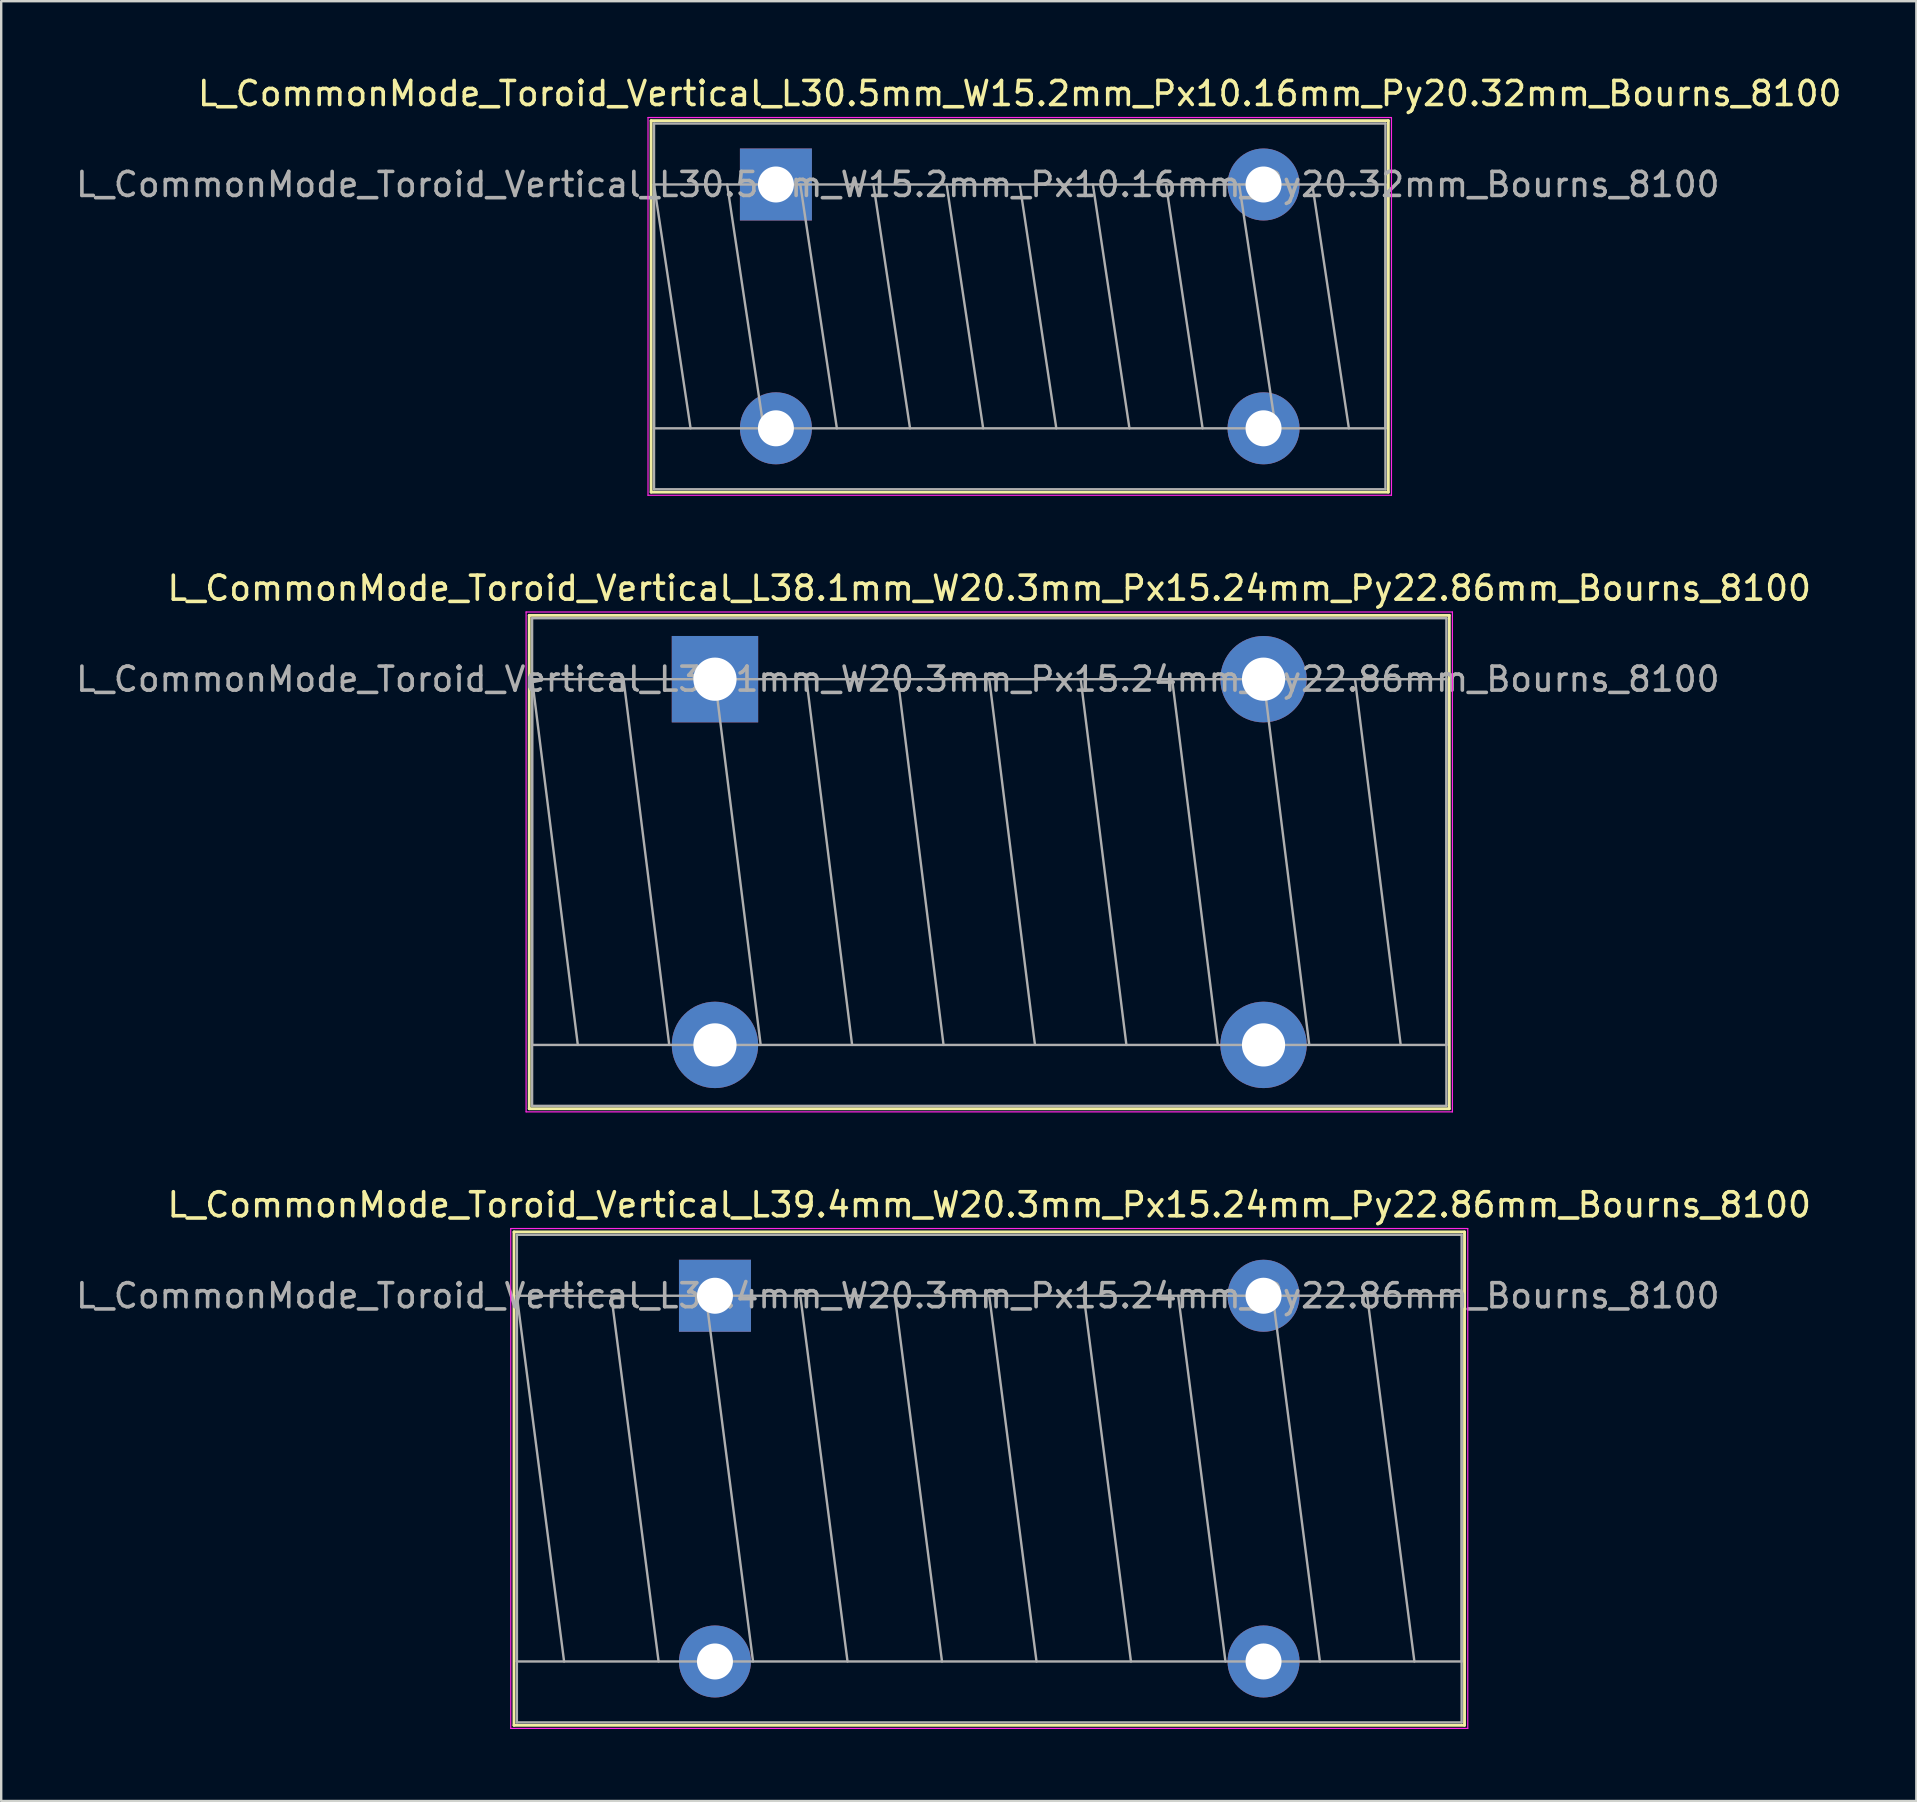
<source format=kicad_pcb>
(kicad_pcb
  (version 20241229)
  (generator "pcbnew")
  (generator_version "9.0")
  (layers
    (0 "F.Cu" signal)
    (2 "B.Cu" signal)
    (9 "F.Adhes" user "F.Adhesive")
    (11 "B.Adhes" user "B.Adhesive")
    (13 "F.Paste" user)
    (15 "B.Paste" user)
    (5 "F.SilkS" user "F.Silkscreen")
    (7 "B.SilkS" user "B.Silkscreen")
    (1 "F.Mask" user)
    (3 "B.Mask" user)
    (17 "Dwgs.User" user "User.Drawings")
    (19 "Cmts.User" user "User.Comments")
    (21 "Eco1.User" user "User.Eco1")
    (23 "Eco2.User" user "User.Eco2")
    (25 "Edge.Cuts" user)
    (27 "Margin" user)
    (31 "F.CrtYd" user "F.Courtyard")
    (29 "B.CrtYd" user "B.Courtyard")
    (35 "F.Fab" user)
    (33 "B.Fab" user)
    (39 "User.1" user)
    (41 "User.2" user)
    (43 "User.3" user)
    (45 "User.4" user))
  (footprint "L_CommonMode_Toroid_Vertical_L30.5mm_W15.2mm_Px10.16mm_Py20.32mm_Bourns_8100"
    (layer "F.Cu")
    (at 29.283 4.638)
    (property "Reference" "L_CommonMode_Toroid_Vertical_L30.5mm_W15.2mm_Px10.16mm_Py20.32mm_Bourns_8100" (at 10.16 -3.79 0) (layer "F.SilkS") (effects (font (size 1 1) (thickness 0.15))))
    (attr through_hole)
    (fp_line (start -5.2 -2.66) (end -5.2 12.82) (stroke (width 0.12) (type solid)) (layer "F.SilkS"))
    (fp_line (start -5.2 -2.66) (end 25.52 -2.66) (stroke (width 0.12) (type solid)) (layer "F.SilkS"))
    (fp_line (start -5.2 12.82) (end 25.52 12.82) (stroke (width 0.12) (type solid)) (layer "F.SilkS"))
    (fp_line (start 25.52 -2.66) (end 25.52 12.82) (stroke (width 0.12) (type solid)) (layer "F.SilkS"))
    (fp_line (start -5.33 -2.79) (end -5.33 12.95) (stroke (width 0.05) (type solid)) (layer "F.CrtYd"))
    (fp_line (start -5.33 12.95) (end 25.65 12.95) (stroke (width 0.05) (type solid)) (layer "F.CrtYd"))
    (fp_line (start 25.65 -2.79) (end -5.33 -2.79) (stroke (width 0.05) (type solid)) (layer "F.CrtYd"))
    (fp_line (start 25.65 12.95) (end 25.65 -2.79) (stroke (width 0.05) (type solid)) (layer "F.CrtYd"))
    (fp_line (start -5.08 -2.54) (end -5.08 12.7) (stroke (width 0.1) (type solid)) (layer "F.Fab"))
    (fp_line (start -5.08 0) (end -5.08 10.16) (stroke (width 0.1) (type solid)) (layer "F.Fab"))
    (fp_line (start -5.08 0) (end -3.556 10.16) (stroke (width 0.1) (type solid)) (layer "F.Fab"))
    (fp_line (start -5.08 10.16) (end 25.4 10.16) (stroke (width 0.1) (type solid)) (layer "F.Fab"))
    (fp_line (start -5.08 12.7) (end 25.4 12.7) (stroke (width 0.1) (type solid)) (layer "F.Fab"))
    (fp_line (start -2.032 0) (end -0.508 10.16) (stroke (width 0.1) (type solid)) (layer "F.Fab"))
    (fp_line (start 1.016 0) (end 2.54 10.16) (stroke (width 0.1) (type solid)) (layer "F.Fab"))
    (fp_line (start 4.064 0) (end 5.588 10.16) (stroke (width 0.1) (type solid)) (layer "F.Fab"))
    (fp_line (start 7.112 0) (end 8.636 10.16) (stroke (width 0.1) (type solid)) (layer "F.Fab"))
    (fp_line (start 10.16 0) (end 11.684 10.16) (stroke (width 0.1) (type solid)) (layer "F.Fab"))
    (fp_line (start 13.208 0) (end 14.732 10.16) (stroke (width 0.1) (type solid)) (layer "F.Fab"))
    (fp_line (start 16.256 0) (end 17.78 10.16) (stroke (width 0.1) (type solid)) (layer "F.Fab"))
    (fp_line (start 19.304 0) (end 20.828 10.16) (stroke (width 0.1) (type solid)) (layer "F.Fab"))
    (fp_line (start 22.352 0) (end 23.876 10.16) (stroke (width 0.1) (type solid)) (layer "F.Fab"))
    (fp_line (start 25.4 -2.54) (end -5.08 -2.54) (stroke (width 0.1) (type solid)) (layer "F.Fab"))
    (fp_line (start 25.4 0) (end -5.08 0) (stroke (width 0.1) (type solid)) (layer "F.Fab"))
    (fp_line (start 25.4 10.16) (end 25.4 0) (stroke (width 0.1) (type solid)) (layer "F.Fab"))
    (fp_line (start 25.4 12.7) (end 25.4 -2.54) (stroke (width 0.1) (type solid)) (layer "F.Fab"))
    (fp_text user "${REFERENCE}" (at 5.08 0 0) (layer "F.Fab") (effects (font (size 1 1) (thickness 0.15))))
    (pad "1" thru_hole rect (at 0 0) (size 3 3) (drill 1.5) (layers "*.Cu" "*.Mask"))
    (pad "2" thru_hole circle (at 0 10.16) (size 3 3) (drill 1.5) (layers "*.Cu" "*.Mask"))
    (pad "3" thru_hole circle (at 20.32 10.16) (size 3 3) (drill 1.5) (layers "*.Cu" "*.Mask"))
    (pad "4" thru_hole circle (at 20.32 0) (size 3 3) (drill 1.5) (layers "*.Cu" "*.Mask")))
  (footprint "L_CommonMode_Toroid_Vertical_L39.4mm_W20.3mm_Px15.24mm_Py22.86mm_Bourns_8100"
    (layer "F.Cu")
    (at 26.743 50.945)
    (property "Reference" "L_CommonMode_Toroid_Vertical_L39.4mm_W20.3mm_Px15.24mm_Py22.86mm_Bourns_8100" (at 11.43 -3.79 0) (layer "F.SilkS") (effects (font (size 1 1) (thickness 0.15))))
    (attr through_hole)
    (fp_line (start -8.375 -2.66) (end -8.375 17.9) (stroke (width 0.12) (type solid)) (layer "F.SilkS"))
    (fp_line (start -8.375 -2.66) (end 31.235 -2.66) (stroke (width 0.12) (type solid)) (layer "F.SilkS"))
    (fp_line (start -8.375 17.9) (end 31.235 17.9) (stroke (width 0.12) (type solid)) (layer "F.SilkS"))
    (fp_line (start 31.235 -2.66) (end 31.235 17.9) (stroke (width 0.12) (type solid)) (layer "F.SilkS"))
    (fp_line (start -8.51 -2.8) (end -8.51 18.03) (stroke (width 0.05) (type solid)) (layer "F.CrtYd"))
    (fp_line (start -8.51 18.03) (end 31.37 18.03) (stroke (width 0.05) (type solid)) (layer "F.CrtYd"))
    (fp_line (start 31.37 -2.8) (end -8.51 -2.8) (stroke (width 0.05) (type solid)) (layer "F.CrtYd"))
    (fp_line (start 31.37 18.03) (end 31.37 -2.8) (stroke (width 0.05) (type solid)) (layer "F.CrtYd"))
    (fp_line (start -8.255 -2.54) (end -8.255 17.78) (stroke (width 0.1) (type solid)) (layer "F.Fab"))
    (fp_line (start -8.255 0) (end -8.255 15.24) (stroke (width 0.1) (type solid)) (layer "F.Fab"))
    (fp_line (start -8.255 0) (end -6.287 15.24) (stroke (width 0.1) (type solid)) (layer "F.Fab"))
    (fp_line (start -8.255 15.24) (end 31.115 15.24) (stroke (width 0.1) (type solid)) (layer "F.Fab"))
    (fp_line (start -8.255 17.78) (end 31.115 17.78) (stroke (width 0.1) (type solid)) (layer "F.Fab"))
    (fp_line (start -4.318 0) (end -2.349 15.24) (stroke (width 0.1) (type solid)) (layer "F.Fab"))
    (fp_line (start -0.381 0) (end 1.587 15.24) (stroke (width 0.1) (type solid)) (layer "F.Fab"))
    (fp_line (start 3.556 0) (end 5.524 15.24) (stroke (width 0.1) (type solid)) (layer "F.Fab"))
    (fp_line (start 7.493 0) (end 9.461 15.24) (stroke (width 0.1) (type solid)) (layer "F.Fab"))
    (fp_line (start 11.43 0) (end 13.399 15.24) (stroke (width 0.1) (type solid)) (layer "F.Fab"))
    (fp_line (start 15.367 0) (end 17.335 15.24) (stroke (width 0.1) (type solid)) (layer "F.Fab"))
    (fp_line (start 19.304 0) (end 21.273 15.24) (stroke (width 0.1) (type solid)) (layer "F.Fab"))
    (fp_line (start 23.241 0) (end 25.209 15.24) (stroke (width 0.1) (type solid)) (layer "F.Fab"))
    (fp_line (start 27.178 0) (end 29.146 15.24) (stroke (width 0.1) (type solid)) (layer "F.Fab"))
    (fp_line (start 31.115 -2.54) (end -8.255 -2.54) (stroke (width 0.1) (type solid)) (layer "F.Fab"))
    (fp_line (start 31.115 0) (end -8.255 0) (stroke (width 0.1) (type solid)) (layer "F.Fab"))
    (fp_line (start 31.115 15.24) (end 31.115 0) (stroke (width 0.1) (type solid)) (layer "F.Fab"))
    (fp_line (start 31.115 17.78) (end 31.115 -2.54) (stroke (width 0.1) (type solid)) (layer "F.Fab"))
    (fp_text user "${REFERENCE}" (at 7.62 0 0) (layer "F.Fab") (effects (font (size 1 1) (thickness 0.15))))
    (pad "1" thru_hole rect (at 0 0) (size 3 3) (drill 1.5) (layers "*.Cu" "*.Mask"))
    (pad "2" thru_hole circle (at 0 15.24) (size 3 3) (drill 1.5) (layers "*.Cu" "*.Mask"))
    (pad "3" thru_hole circle (at 22.86 15.24) (size 3 3) (drill 1.5) (layers "*.Cu" "*.Mask"))
    (pad "4" thru_hole circle (at 22.86 0) (size 3 3) (drill 1.5) (layers "*.Cu" "*.Mask")))
  (footprint "L_CommonMode_Toroid_Vertical_L38.1mm_W20.3mm_Px15.24mm_Py22.86mm_Bourns_8100"
    (layer "F.Cu")
    (at 26.743 25.252)
    (property "Reference" "L_CommonMode_Toroid_Vertical_L38.1mm_W20.3mm_Px15.24mm_Py22.86mm_Bourns_8100" (at 11.43 -3.79 0) (layer "F.SilkS") (effects (font (size 1 1) (thickness 0.15))))
    (attr through_hole)
    (fp_line (start -7.74 -2.66) (end -7.74 17.9) (stroke (width 0.12) (type solid)) (layer "F.SilkS"))
    (fp_line (start -7.74 -2.66) (end 30.6 -2.66) (stroke (width 0.12) (type solid)) (layer "F.SilkS"))
    (fp_line (start -7.74 17.9) (end 30.6 17.9) (stroke (width 0.12) (type solid)) (layer "F.SilkS"))
    (fp_line (start 30.6 -2.66) (end 30.6 17.9) (stroke (width 0.12) (type solid)) (layer "F.SilkS"))
    (fp_line (start -7.87 -2.8) (end -7.87 18.03) (stroke (width 0.05) (type solid)) (layer "F.CrtYd"))
    (fp_line (start -7.87 18.03) (end 30.73 18.03) (stroke (width 0.05) (type solid)) (layer "F.CrtYd"))
    (fp_line (start 30.73 -2.8) (end -7.87 -2.8) (stroke (width 0.05) (type solid)) (layer "F.CrtYd"))
    (fp_line (start 30.73 18.03) (end 30.73 -2.8) (stroke (width 0.05) (type solid)) (layer "F.CrtYd"))
    (fp_line (start -7.62 -2.54) (end -7.62 17.78) (stroke (width 0.1) (type solid)) (layer "F.Fab"))
    (fp_line (start -7.62 0) (end -7.62 15.24) (stroke (width 0.1) (type solid)) (layer "F.Fab"))
    (fp_line (start -7.62 0) (end -5.715 15.24) (stroke (width 0.1) (type solid)) (layer "F.Fab"))
    (fp_line (start -7.62 15.24) (end 30.48 15.24) (stroke (width 0.1) (type solid)) (layer "F.Fab"))
    (fp_line (start -7.62 17.78) (end 30.48 17.78) (stroke (width 0.1) (type solid)) (layer "F.Fab"))
    (fp_line (start -3.81 0) (end -1.905 15.24) (stroke (width 0.1) (type solid)) (layer "F.Fab"))
    (fp_line (start 0 0) (end 1.905 15.24) (stroke (width 0.1) (type solid)) (layer "F.Fab"))
    (fp_line (start 3.81 0) (end 5.715 15.24) (stroke (width 0.1) (type solid)) (layer "F.Fab"))
    (fp_line (start 7.62 0) (end 9.525 15.24) (stroke (width 0.1) (type solid)) (layer "F.Fab"))
    (fp_line (start 11.43 0) (end 13.335 15.24) (stroke (width 0.1) (type solid)) (layer "F.Fab"))
    (fp_line (start 15.24 0) (end 17.145 15.24) (stroke (width 0.1) (type solid)) (layer "F.Fab"))
    (fp_line (start 19.05 0) (end 20.955 15.24) (stroke (width 0.1) (type solid)) (layer "F.Fab"))
    (fp_line (start 22.86 0) (end 24.765 15.24) (stroke (width 0.1) (type solid)) (layer "F.Fab"))
    (fp_line (start 26.67 0) (end 28.575 15.24) (stroke (width 0.1) (type solid)) (layer "F.Fab"))
    (fp_line (start 30.48 -2.54) (end -7.62 -2.54) (stroke (width 0.1) (type solid)) (layer "F.Fab"))
    (fp_line (start 30.48 0) (end -7.62 0) (stroke (width 0.1) (type solid)) (layer "F.Fab"))
    (fp_line (start 30.48 15.24) (end 30.48 0) (stroke (width 0.1) (type solid)) (layer "F.Fab"))
    (fp_line (start 30.48 17.78) (end 30.48 -2.54) (stroke (width 0.1) (type solid)) (layer "F.Fab"))
    (fp_text user "${REFERENCE}" (at 7.62 0 0) (layer "F.Fab") (effects (font (size 1 1) (thickness 0.15))))
    (pad "1" thru_hole rect (at 0 0) (size 3.6 3.6) (drill 1.8) (layers "*.Cu" "*.Mask"))
    (pad "2" thru_hole circle (at 0 15.24) (size 3.6 3.6) (drill 1.8) (layers "*.Cu" "*.Mask"))
    (pad "3" thru_hole circle (at 22.86 15.24) (size 3.6 3.6) (drill 1.8) (layers "*.Cu" "*.Mask"))
    (pad "4" thru_hole circle (at 22.86 0) (size 3.6 3.6) (drill 1.8) (layers "*.Cu" "*.Mask")))
  (gr_rect
    (start -3 -3)
    (end 76.806 72)
    (stroke (width 0.1) (type default))
    (fill no)
    (layer "Edge.Cuts")))
</source>
